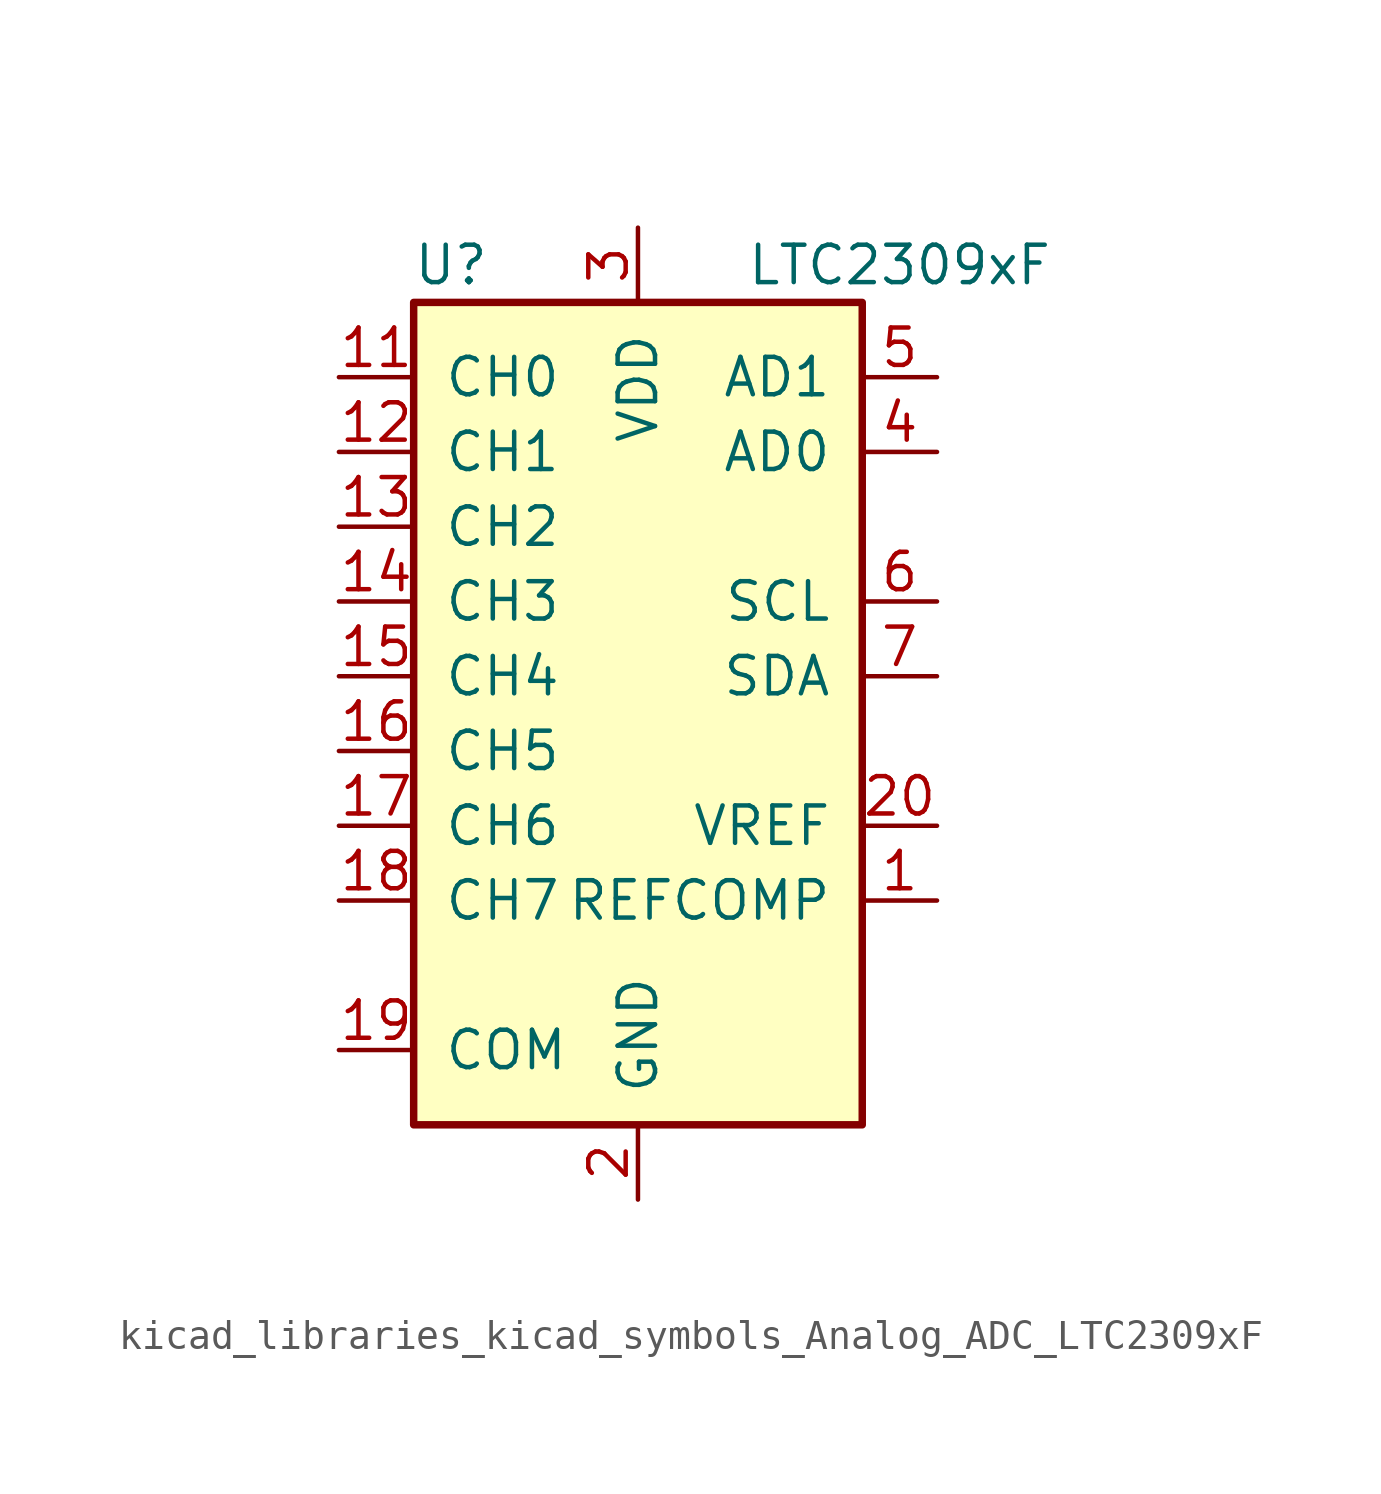
<source format=kicad_sym>
(kicad_symbol_lib
  (version 20220914)
  (generator kicad_symbol_editor)
  (symbol "kicad_libraries_kicad_symbols_Analog_ADC_LTC2309xF"
    (pin_names
      (offset 1.016))
    (property "Reference" "U"
      (at -6.35 13.97 0)
      (effects (font (size 1.27 1.27))))
    (property "Value" "LTC2309xF"
      (at 8.89 13.97 0)
      (effects (font (size 1.27 1.27))))
    (symbol "kicad_libraries_kicad_symbols_Analog_ADC_LTC2309xF_0_1"
      (rectangle (start -7.62 12.7) (end 7.62 -15.24) (stroke (width 0.254) (type default)) (fill (type background)))
      (pin input line (at -10.16 -2.54 0) (length 2.54) (name "CH5" (effects (font (size 1.27 1.27)))) (number "16" (effects (font (size 1.27 1.27))))))
    (symbol "kicad_libraries_kicad_symbols_Analog_ADC_LTC2309xF_1_1"
      (pin input line (at 10.16 -7.62 180) (length 2.54) (name "REFCOMP" (effects (font (size 1.27 1.27)))) (number "1" (effects (font (size 1.27 1.27)))))
      (pin passive line (at 0 15.24 270) (length 2.54) hide (name "VDD" (effects (font (size 1.27 1.27)))) (number "10" (effects (font (size 1.27 1.27)))))
      (pin input line (at -10.16 10.16 0) (length 2.54) (name "CH0" (effects (font (size 1.27 1.27)))) (number "11" (effects (font (size 1.27 1.27)))))
      (pin input line (at -10.16 7.62 0) (length 2.54) (name "CH1" (effects (font (size 1.27 1.27)))) (number "12" (effects (font (size 1.27 1.27)))))
      (pin input line (at -10.16 5.08 0) (length 2.54) (name "CH2" (effects (font (size 1.27 1.27)))) (number "13" (effects (font (size 1.27 1.27)))))
      (pin input line (at -10.16 2.54 0) (length 2.54) (name "CH3" (effects (font (size 1.27 1.27)))) (number "14" (effects (font (size 1.27 1.27)))))
      (pin input line (at -10.16 0 0) (length 2.54) (name "CH4" (effects (font (size 1.27 1.27)))) (number "15" (effects (font (size 1.27 1.27)))))
      (pin input line (at -10.16 -5.08 0) (length 2.54) (name "CH6" (effects (font (size 1.27 1.27)))) (number "17" (effects (font (size 1.27 1.27)))))
      (pin input line (at -10.16 -7.62 0) (length 2.54) (name "CH7" (effects (font (size 1.27 1.27)))) (number "18" (effects (font (size 1.27 1.27)))))
      (pin input line (at -10.16 -12.7 0) (length 2.54) (name "COM" (effects (font (size 1.27 1.27)))) (number "19" (effects (font (size 1.27 1.27)))))
      (pin power_in line (at 0 -17.78 90) (length 2.54) (name "GND" (effects (font (size 1.27 1.27)))) (number "2" (effects (font (size 1.27 1.27)))))
      (pin input line (at 10.16 -5.08 180) (length 2.54) (name "VREF" (effects (font (size 1.27 1.27)))) (number "20" (effects (font (size 1.27 1.27)))))
      (pin power_in line (at 0 15.24 270) (length 2.54) (name "VDD" (effects (font (size 1.27 1.27)))) (number "3" (effects (font (size 1.27 1.27)))))
      (pin input line (at 10.16 7.62 180) (length 2.54) (name "AD0" (effects (font (size 1.27 1.27)))) (number "4" (effects (font (size 1.27 1.27)))))
      (pin input line (at 10.16 10.16 180) (length 2.54) (name "AD1" (effects (font (size 1.27 1.27)))) (number "5" (effects (font (size 1.27 1.27)))))
      (pin input line (at 10.16 2.54 180) (length 2.54) (name "SCL" (effects (font (size 1.27 1.27)))) (number "6" (effects (font (size 1.27 1.27)))))
      (pin bidirectional line (at 10.16 0 180) (length 2.54) (name "SDA" (effects (font (size 1.27 1.27)))) (number "7" (effects (font (size 1.27 1.27)))))
      (pin passive line (at 0 -17.78 90) (length 2.54) hide (name "GND" (effects (font (size 1.27 1.27)))) (number "8" (effects (font (size 1.27 1.27)))))
      (pin passive line (at 0 -17.78 90) (length 2.54) hide (name "GND" (effects (font (size 1.27 1.27)))) (number "9" (effects (font (size 1.27 1.27))))))))
</source>
